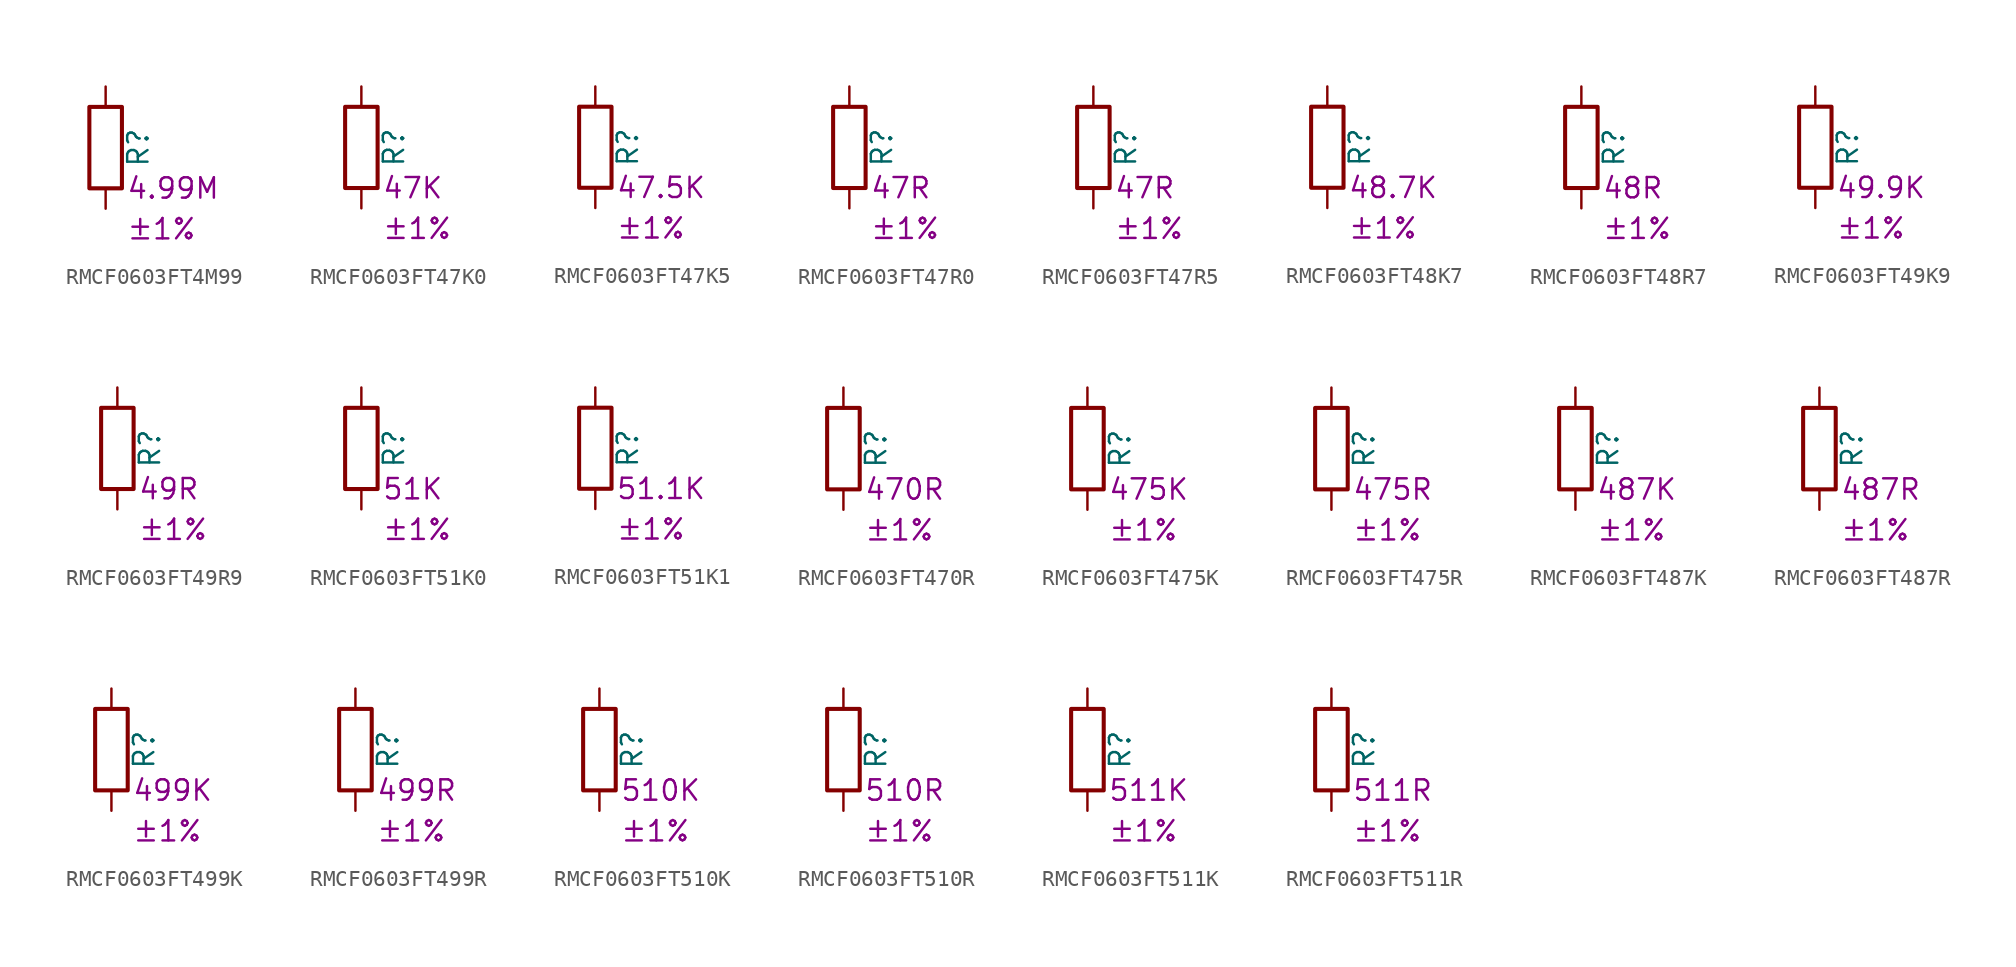
<source format=kicad_sym>
(kicad_symbol_lib
  (version 20220914)
  (generator kicad_symbol_editor)
  (symbol "RMCF0603FT4M99"
    (pin_numbers hide)
    (pin_names
      (offset 0))
    (property "Reference" "R"
      (at 2.032 0 90)
      (effects (font (size 1.27 1.27))))
    (property "Resistance" "4.99M"
      (at 1.27 -2.54 0)
      (effects (font (size 1.27 1.27)) (justify left)))
    (property "Tolerance" "±1%"
      (at 1.27 -5.08 0)
      (effects (font (size 1.27 1.27)) (justify left)))
    (symbol "RMCF0603FT4M99_0_1"
      (rectangle (start -1.016 -2.54) (end 1.016 2.54) (stroke (width 0.254) (type default)) (fill (type none))))
    (symbol "RMCF0603FT4M99_1_1"
      (pin passive line (at 0 3.81 270) (length 1.27) (name "~" (effects (font (size 1.27 1.27)))) (number "1" (effects (font (size 1.27 1.27)))))
      (pin passive line (at 0 -3.81 90) (length 1.27) (name "~" (effects (font (size 1.27 1.27)))) (number "2" (effects (font (size 1.27 1.27)))))))
  (symbol "RMCF0603FT47K0"
    (pin_numbers hide)
    (pin_names
      (offset 0))
    (property "Reference" "R"
      (at 2.032 0 90)
      (effects (font (size 1.27 1.27))))
    (property "Resistance" "47K"
      (at 1.27 -2.54 0)
      (effects (font (size 1.27 1.27)) (justify left)))
    (property "Tolerance" "±1%"
      (at 1.27 -5.08 0)
      (effects (font (size 1.27 1.27)) (justify left)))
    (symbol "RMCF0603FT47K0_0_1"
      (rectangle (start -1.016 -2.54) (end 1.016 2.54) (stroke (width 0.254) (type default)) (fill (type none))))
    (symbol "RMCF0603FT47K0_1_1"
      (pin passive line (at 0 3.81 270) (length 1.27) (name "~" (effects (font (size 1.27 1.27)))) (number "1" (effects (font (size 1.27 1.27)))))
      (pin passive line (at 0 -3.81 90) (length 1.27) (name "~" (effects (font (size 1.27 1.27)))) (number "2" (effects (font (size 1.27 1.27)))))))
  (symbol "RMCF0603FT47K5"
    (pin_numbers hide)
    (pin_names
      (offset 0))
    (property "Reference" "R"
      (at 2.032 0 90)
      (effects (font (size 1.27 1.27))))
    (property "Resistance" "47.5K"
      (at 1.27 -2.54 0)
      (effects (font (size 1.27 1.27)) (justify left)))
    (property "Tolerance" "±1%"
      (at 1.27 -5.08 0)
      (effects (font (size 1.27 1.27)) (justify left)))
    (symbol "RMCF0603FT47K5_0_1"
      (rectangle (start -1.016 -2.54) (end 1.016 2.54) (stroke (width 0.254) (type default)) (fill (type none))))
    (symbol "RMCF0603FT47K5_1_1"
      (pin passive line (at 0 3.81 270) (length 1.27) (name "~" (effects (font (size 1.27 1.27)))) (number "1" (effects (font (size 1.27 1.27)))))
      (pin passive line (at 0 -3.81 90) (length 1.27) (name "~" (effects (font (size 1.27 1.27)))) (number "2" (effects (font (size 1.27 1.27)))))))
  (symbol "RMCF0603FT47R0"
    (pin_numbers hide)
    (pin_names
      (offset 0))
    (property "Reference" "R"
      (at 2.032 0 90)
      (effects (font (size 1.27 1.27))))
    (property "Resistance" "47R"
      (at 1.27 -2.54 0)
      (effects (font (size 1.27 1.27)) (justify left)))
    (property "Tolerance" "±1%"
      (at 1.27 -5.08 0)
      (effects (font (size 1.27 1.27)) (justify left)))
    (symbol "RMCF0603FT47R0_0_1"
      (rectangle (start -1.016 -2.54) (end 1.016 2.54) (stroke (width 0.254) (type default)) (fill (type none))))
    (symbol "RMCF0603FT47R0_1_1"
      (pin passive line (at 0 3.81 270) (length 1.27) (name "~" (effects (font (size 1.27 1.27)))) (number "1" (effects (font (size 1.27 1.27)))))
      (pin passive line (at 0 -3.81 90) (length 1.27) (name "~" (effects (font (size 1.27 1.27)))) (number "2" (effects (font (size 1.27 1.27)))))))
  (symbol "RMCF0603FT47R5"
    (pin_numbers hide)
    (pin_names
      (offset 0))
    (property "Reference" "R"
      (at 2.032 0 90)
      (effects (font (size 1.27 1.27))))
    (property "Resistance" "47R"
      (at 1.27 -2.54 0)
      (effects (font (size 1.27 1.27)) (justify left)))
    (property "Tolerance" "±1%"
      (at 1.27 -5.08 0)
      (effects (font (size 1.27 1.27)) (justify left)))
    (symbol "RMCF0603FT47R5_0_1"
      (rectangle (start -1.016 -2.54) (end 1.016 2.54) (stroke (width 0.254) (type default)) (fill (type none))))
    (symbol "RMCF0603FT47R5_1_1"
      (pin passive line (at 0 3.81 270) (length 1.27) (name "~" (effects (font (size 1.27 1.27)))) (number "1" (effects (font (size 1.27 1.27)))))
      (pin passive line (at 0 -3.81 90) (length 1.27) (name "~" (effects (font (size 1.27 1.27)))) (number "2" (effects (font (size 1.27 1.27)))))))
  (symbol "RMCF0603FT48K7"
    (pin_numbers hide)
    (pin_names
      (offset 0))
    (property "Reference" "R"
      (at 2.032 0 90)
      (effects (font (size 1.27 1.27))))
    (property "Resistance" "48.7K"
      (at 1.27 -2.54 0)
      (effects (font (size 1.27 1.27)) (justify left)))
    (property "Tolerance" "±1%"
      (at 1.27 -5.08 0)
      (effects (font (size 1.27 1.27)) (justify left)))
    (symbol "RMCF0603FT48K7_0_1"
      (rectangle (start -1.016 -2.54) (end 1.016 2.54) (stroke (width 0.254) (type default)) (fill (type none))))
    (symbol "RMCF0603FT48K7_1_1"
      (pin passive line (at 0 3.81 270) (length 1.27) (name "~" (effects (font (size 1.27 1.27)))) (number "1" (effects (font (size 1.27 1.27)))))
      (pin passive line (at 0 -3.81 90) (length 1.27) (name "~" (effects (font (size 1.27 1.27)))) (number "2" (effects (font (size 1.27 1.27)))))))
  (symbol "RMCF0603FT48R7"
    (pin_numbers hide)
    (pin_names
      (offset 0))
    (property "Reference" "R"
      (at 2.032 0 90)
      (effects (font (size 1.27 1.27))))
    (property "Resistance" "48R"
      (at 1.27 -2.54 0)
      (effects (font (size 1.27 1.27)) (justify left)))
    (property "Tolerance" "±1%"
      (at 1.27 -5.08 0)
      (effects (font (size 1.27 1.27)) (justify left)))
    (symbol "RMCF0603FT48R7_0_1"
      (rectangle (start -1.016 -2.54) (end 1.016 2.54) (stroke (width 0.254) (type default)) (fill (type none))))
    (symbol "RMCF0603FT48R7_1_1"
      (pin passive line (at 0 3.81 270) (length 1.27) (name "~" (effects (font (size 1.27 1.27)))) (number "1" (effects (font (size 1.27 1.27)))))
      (pin passive line (at 0 -3.81 90) (length 1.27) (name "~" (effects (font (size 1.27 1.27)))) (number "2" (effects (font (size 1.27 1.27)))))))
  (symbol "RMCF0603FT49K9"
    (pin_numbers hide)
    (pin_names
      (offset 0))
    (property "Reference" "R"
      (at 2.032 0 90)
      (effects (font (size 1.27 1.27))))
    (property "Resistance" "49.9K"
      (at 1.27 -2.54 0)
      (effects (font (size 1.27 1.27)) (justify left)))
    (property "Tolerance" "±1%"
      (at 1.27 -5.08 0)
      (effects (font (size 1.27 1.27)) (justify left)))
    (symbol "RMCF0603FT49K9_0_1"
      (rectangle (start -1.016 -2.54) (end 1.016 2.54) (stroke (width 0.254) (type default)) (fill (type none))))
    (symbol "RMCF0603FT49K9_1_1"
      (pin passive line (at 0 3.81 270) (length 1.27) (name "~" (effects (font (size 1.27 1.27)))) (number "1" (effects (font (size 1.27 1.27)))))
      (pin passive line (at 0 -3.81 90) (length 1.27) (name "~" (effects (font (size 1.27 1.27)))) (number "2" (effects (font (size 1.27 1.27)))))))
  (symbol "RMCF0603FT49R9"
    (pin_numbers hide)
    (pin_names
      (offset 0))
    (property "Reference" "R"
      (at 2.032 0 90)
      (effects (font (size 1.27 1.27))))
    (property "Resistance" "49R"
      (at 1.27 -2.54 0)
      (effects (font (size 1.27 1.27)) (justify left)))
    (property "Tolerance" "±1%"
      (at 1.27 -5.08 0)
      (effects (font (size 1.27 1.27)) (justify left)))
    (symbol "RMCF0603FT49R9_0_1"
      (rectangle (start -1.016 -2.54) (end 1.016 2.54) (stroke (width 0.254) (type default)) (fill (type none))))
    (symbol "RMCF0603FT49R9_1_1"
      (pin passive line (at 0 3.81 270) (length 1.27) (name "~" (effects (font (size 1.27 1.27)))) (number "1" (effects (font (size 1.27 1.27)))))
      (pin passive line (at 0 -3.81 90) (length 1.27) (name "~" (effects (font (size 1.27 1.27)))) (number "2" (effects (font (size 1.27 1.27)))))))
  (symbol "RMCF0603FT51K0"
    (pin_numbers hide)
    (pin_names
      (offset 0))
    (property "Reference" "R"
      (at 2.032 0 90)
      (effects (font (size 1.27 1.27))))
    (property "Resistance" "51K"
      (at 1.27 -2.54 0)
      (effects (font (size 1.27 1.27)) (justify left)))
    (property "Tolerance" "±1%"
      (at 1.27 -5.08 0)
      (effects (font (size 1.27 1.27)) (justify left)))
    (symbol "RMCF0603FT51K0_0_1"
      (rectangle (start -1.016 -2.54) (end 1.016 2.54) (stroke (width 0.254) (type default)) (fill (type none))))
    (symbol "RMCF0603FT51K0_1_1"
      (pin passive line (at 0 3.81 270) (length 1.27) (name "~" (effects (font (size 1.27 1.27)))) (number "1" (effects (font (size 1.27 1.27)))))
      (pin passive line (at 0 -3.81 90) (length 1.27) (name "~" (effects (font (size 1.27 1.27)))) (number "2" (effects (font (size 1.27 1.27)))))))
  (symbol "RMCF0603FT51K1"
    (pin_numbers hide)
    (pin_names
      (offset 0))
    (property "Reference" "R"
      (at 2.032 0 90)
      (effects (font (size 1.27 1.27))))
    (property "Resistance" "51.1K"
      (at 1.27 -2.54 0)
      (effects (font (size 1.27 1.27)) (justify left)))
    (property "Tolerance" "±1%"
      (at 1.27 -5.08 0)
      (effects (font (size 1.27 1.27)) (justify left)))
    (symbol "RMCF0603FT51K1_0_1"
      (rectangle (start -1.016 -2.54) (end 1.016 2.54) (stroke (width 0.254) (type default)) (fill (type none))))
    (symbol "RMCF0603FT51K1_1_1"
      (pin passive line (at 0 3.81 270) (length 1.27) (name "~" (effects (font (size 1.27 1.27)))) (number "1" (effects (font (size 1.27 1.27)))))
      (pin passive line (at 0 -3.81 90) (length 1.27) (name "~" (effects (font (size 1.27 1.27)))) (number "2" (effects (font (size 1.27 1.27)))))))
  (symbol "RMCF0603FT470R"
    (pin_numbers hide)
    (pin_names
      (offset 0))
    (property "Reference" "R"
      (at 2.032 0 90)
      (effects (font (size 1.27 1.27))))
    (property "Resistance" "470R"
      (at 1.27 -2.54 0)
      (effects (font (size 1.27 1.27)) (justify left)))
    (property "Tolerance" "±1%"
      (at 1.27 -5.08 0)
      (effects (font (size 1.27 1.27)) (justify left)))
    (symbol "RMCF0603FT470R_0_1"
      (rectangle (start -1.016 -2.54) (end 1.016 2.54) (stroke (width 0.254) (type default)) (fill (type none))))
    (symbol "RMCF0603FT470R_1_1"
      (pin passive line (at 0 3.81 270) (length 1.27) (name "~" (effects (font (size 1.27 1.27)))) (number "1" (effects (font (size 1.27 1.27)))))
      (pin passive line (at 0 -3.81 90) (length 1.27) (name "~" (effects (font (size 1.27 1.27)))) (number "2" (effects (font (size 1.27 1.27)))))))
  (symbol "RMCF0603FT475K"
    (pin_numbers hide)
    (pin_names
      (offset 0))
    (property "Reference" "R"
      (at 2.032 0 90)
      (effects (font (size 1.27 1.27))))
    (property "Resistance" "475K"
      (at 1.27 -2.54 0)
      (effects (font (size 1.27 1.27)) (justify left)))
    (property "Tolerance" "±1%"
      (at 1.27 -5.08 0)
      (effects (font (size 1.27 1.27)) (justify left)))
    (symbol "RMCF0603FT475K_0_1"
      (rectangle (start -1.016 -2.54) (end 1.016 2.54) (stroke (width 0.254) (type default)) (fill (type none))))
    (symbol "RMCF0603FT475K_1_1"
      (pin passive line (at 0 3.81 270) (length 1.27) (name "~" (effects (font (size 1.27 1.27)))) (number "1" (effects (font (size 1.27 1.27)))))
      (pin passive line (at 0 -3.81 90) (length 1.27) (name "~" (effects (font (size 1.27 1.27)))) (number "2" (effects (font (size 1.27 1.27)))))))
  (symbol "RMCF0603FT475R"
    (pin_numbers hide)
    (pin_names
      (offset 0))
    (property "Reference" "R"
      (at 2.032 0 90)
      (effects (font (size 1.27 1.27))))
    (property "Resistance" "475R"
      (at 1.27 -2.54 0)
      (effects (font (size 1.27 1.27)) (justify left)))
    (property "Tolerance" "±1%"
      (at 1.27 -5.08 0)
      (effects (font (size 1.27 1.27)) (justify left)))
    (symbol "RMCF0603FT475R_0_1"
      (rectangle (start -1.016 -2.54) (end 1.016 2.54) (stroke (width 0.254) (type default)) (fill (type none))))
    (symbol "RMCF0603FT475R_1_1"
      (pin passive line (at 0 3.81 270) (length 1.27) (name "~" (effects (font (size 1.27 1.27)))) (number "1" (effects (font (size 1.27 1.27)))))
      (pin passive line (at 0 -3.81 90) (length 1.27) (name "~" (effects (font (size 1.27 1.27)))) (number "2" (effects (font (size 1.27 1.27)))))))
  (symbol "RMCF0603FT487K"
    (pin_numbers hide)
    (pin_names
      (offset 0))
    (property "Reference" "R"
      (at 2.032 0 90)
      (effects (font (size 1.27 1.27))))
    (property "Resistance" "487K"
      (at 1.27 -2.54 0)
      (effects (font (size 1.27 1.27)) (justify left)))
    (property "Tolerance" "±1%"
      (at 1.27 -5.08 0)
      (effects (font (size 1.27 1.27)) (justify left)))
    (symbol "RMCF0603FT487K_0_1"
      (rectangle (start -1.016 -2.54) (end 1.016 2.54) (stroke (width 0.254) (type default)) (fill (type none))))
    (symbol "RMCF0603FT487K_1_1"
      (pin passive line (at 0 3.81 270) (length 1.27) (name "~" (effects (font (size 1.27 1.27)))) (number "1" (effects (font (size 1.27 1.27)))))
      (pin passive line (at 0 -3.81 90) (length 1.27) (name "~" (effects (font (size 1.27 1.27)))) (number "2" (effects (font (size 1.27 1.27)))))))
  (symbol "RMCF0603FT487R"
    (pin_numbers hide)
    (pin_names
      (offset 0))
    (property "Reference" "R"
      (at 2.032 0 90)
      (effects (font (size 1.27 1.27))))
    (property "Resistance" "487R"
      (at 1.27 -2.54 0)
      (effects (font (size 1.27 1.27)) (justify left)))
    (property "Tolerance" "±1%"
      (at 1.27 -5.08 0)
      (effects (font (size 1.27 1.27)) (justify left)))
    (symbol "RMCF0603FT487R_0_1"
      (rectangle (start -1.016 -2.54) (end 1.016 2.54) (stroke (width 0.254) (type default)) (fill (type none))))
    (symbol "RMCF0603FT487R_1_1"
      (pin passive line (at 0 3.81 270) (length 1.27) (name "~" (effects (font (size 1.27 1.27)))) (number "1" (effects (font (size 1.27 1.27)))))
      (pin passive line (at 0 -3.81 90) (length 1.27) (name "~" (effects (font (size 1.27 1.27)))) (number "2" (effects (font (size 1.27 1.27)))))))
  (symbol "RMCF0603FT499K"
    (pin_numbers hide)
    (pin_names
      (offset 0))
    (property "Reference" "R"
      (at 2.032 0 90)
      (effects (font (size 1.27 1.27))))
    (property "Resistance" "499K"
      (at 1.27 -2.54 0)
      (effects (font (size 1.27 1.27)) (justify left)))
    (property "Tolerance" "±1%"
      (at 1.27 -5.08 0)
      (effects (font (size 1.27 1.27)) (justify left)))
    (symbol "RMCF0603FT499K_0_1"
      (rectangle (start -1.016 -2.54) (end 1.016 2.54) (stroke (width 0.254) (type default)) (fill (type none))))
    (symbol "RMCF0603FT499K_1_1"
      (pin passive line (at 0 3.81 270) (length 1.27) (name "~" (effects (font (size 1.27 1.27)))) (number "1" (effects (font (size 1.27 1.27)))))
      (pin passive line (at 0 -3.81 90) (length 1.27) (name "~" (effects (font (size 1.27 1.27)))) (number "2" (effects (font (size 1.27 1.27)))))))
  (symbol "RMCF0603FT499R"
    (pin_numbers hide)
    (pin_names
      (offset 0))
    (property "Reference" "R"
      (at 2.032 0 90)
      (effects (font (size 1.27 1.27))))
    (property "Resistance" "499R"
      (at 1.27 -2.54 0)
      (effects (font (size 1.27 1.27)) (justify left)))
    (property "Tolerance" "±1%"
      (at 1.27 -5.08 0)
      (effects (font (size 1.27 1.27)) (justify left)))
    (symbol "RMCF0603FT499R_0_1"
      (rectangle (start -1.016 -2.54) (end 1.016 2.54) (stroke (width 0.254) (type default)) (fill (type none))))
    (symbol "RMCF0603FT499R_1_1"
      (pin passive line (at 0 3.81 270) (length 1.27) (name "~" (effects (font (size 1.27 1.27)))) (number "1" (effects (font (size 1.27 1.27)))))
      (pin passive line (at 0 -3.81 90) (length 1.27) (name "~" (effects (font (size 1.27 1.27)))) (number "2" (effects (font (size 1.27 1.27)))))))
  (symbol "RMCF0603FT510K"
    (pin_numbers hide)
    (pin_names
      (offset 0))
    (property "Reference" "R"
      (at 2.032 0 90)
      (effects (font (size 1.27 1.27))))
    (property "Resistance" "510K"
      (at 1.27 -2.54 0)
      (effects (font (size 1.27 1.27)) (justify left)))
    (property "Tolerance" "±1%"
      (at 1.27 -5.08 0)
      (effects (font (size 1.27 1.27)) (justify left)))
    (symbol "RMCF0603FT510K_0_1"
      (rectangle (start -1.016 -2.54) (end 1.016 2.54) (stroke (width 0.254) (type default)) (fill (type none))))
    (symbol "RMCF0603FT510K_1_1"
      (pin passive line (at 0 3.81 270) (length 1.27) (name "~" (effects (font (size 1.27 1.27)))) (number "1" (effects (font (size 1.27 1.27)))))
      (pin passive line (at 0 -3.81 90) (length 1.27) (name "~" (effects (font (size 1.27 1.27)))) (number "2" (effects (font (size 1.27 1.27)))))))
  (symbol "RMCF0603FT510R"
    (pin_numbers hide)
    (pin_names
      (offset 0))
    (property "Reference" "R"
      (at 2.032 0 90)
      (effects (font (size 1.27 1.27))))
    (property "Resistance" "510R"
      (at 1.27 -2.54 0)
      (effects (font (size 1.27 1.27)) (justify left)))
    (property "Tolerance" "±1%"
      (at 1.27 -5.08 0)
      (effects (font (size 1.27 1.27)) (justify left)))
    (symbol "RMCF0603FT510R_0_1"
      (rectangle (start -1.016 -2.54) (end 1.016 2.54) (stroke (width 0.254) (type default)) (fill (type none))))
    (symbol "RMCF0603FT510R_1_1"
      (pin passive line (at 0 3.81 270) (length 1.27) (name "~" (effects (font (size 1.27 1.27)))) (number "1" (effects (font (size 1.27 1.27)))))
      (pin passive line (at 0 -3.81 90) (length 1.27) (name "~" (effects (font (size 1.27 1.27)))) (number "2" (effects (font (size 1.27 1.27)))))))
  (symbol "RMCF0603FT511K"
    (pin_numbers hide)
    (pin_names
      (offset 0))
    (property "Reference" "R"
      (at 2.032 0 90)
      (effects (font (size 1.27 1.27))))
    (property "Resistance" "511K"
      (at 1.27 -2.54 0)
      (effects (font (size 1.27 1.27)) (justify left)))
    (property "Tolerance" "±1%"
      (at 1.27 -5.08 0)
      (effects (font (size 1.27 1.27)) (justify left)))
    (symbol "RMCF0603FT511K_0_1"
      (rectangle (start -1.016 -2.54) (end 1.016 2.54) (stroke (width 0.254) (type default)) (fill (type none))))
    (symbol "RMCF0603FT511K_1_1"
      (pin passive line (at 0 3.81 270) (length 1.27) (name "~" (effects (font (size 1.27 1.27)))) (number "1" (effects (font (size 1.27 1.27)))))
      (pin passive line (at 0 -3.81 90) (length 1.27) (name "~" (effects (font (size 1.27 1.27)))) (number "2" (effects (font (size 1.27 1.27)))))))
  (symbol "RMCF0603FT511R"
    (pin_numbers hide)
    (pin_names
      (offset 0))
    (property "Reference" "R"
      (at 2.032 0 90)
      (effects (font (size 1.27 1.27))))
    (property "Resistance" "511R"
      (at 1.27 -2.54 0)
      (effects (font (size 1.27 1.27)) (justify left)))
    (property "Tolerance" "±1%"
      (at 1.27 -5.08 0)
      (effects (font (size 1.27 1.27)) (justify left)))
    (symbol "RMCF0603FT511R_0_1"
      (rectangle (start -1.016 -2.54) (end 1.016 2.54) (stroke (width 0.254) (type default)) (fill (type none))))
    (symbol "RMCF0603FT511R_1_1"
      (pin passive line (at 0 3.81 270) (length 1.27) (name "~" (effects (font (size 1.27 1.27)))) (number "1" (effects (font (size 1.27 1.27)))))
      (pin passive line (at 0 -3.81 90) (length 1.27) (name "~" (effects (font (size 1.27 1.27)))) (number "2" (effects (font (size 1.27 1.27))))))))
</source>
